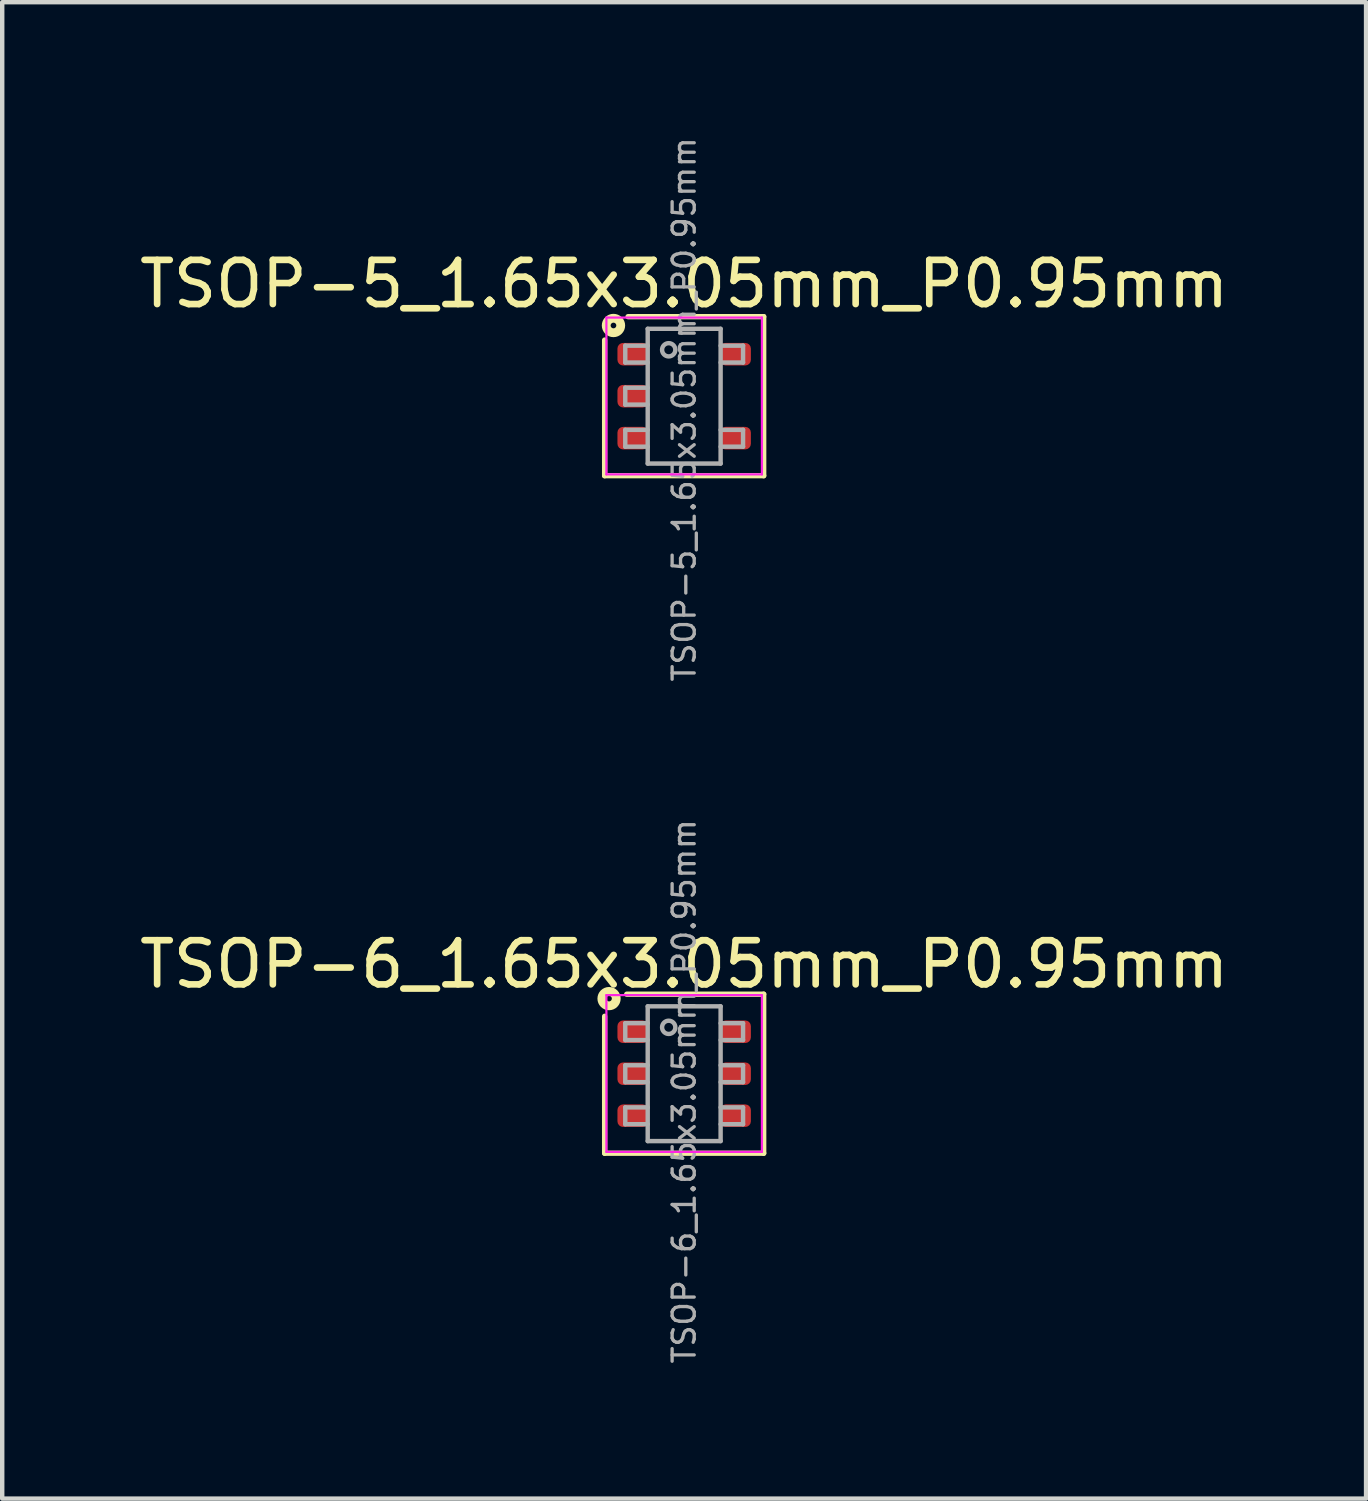
<source format=kicad_pcb>
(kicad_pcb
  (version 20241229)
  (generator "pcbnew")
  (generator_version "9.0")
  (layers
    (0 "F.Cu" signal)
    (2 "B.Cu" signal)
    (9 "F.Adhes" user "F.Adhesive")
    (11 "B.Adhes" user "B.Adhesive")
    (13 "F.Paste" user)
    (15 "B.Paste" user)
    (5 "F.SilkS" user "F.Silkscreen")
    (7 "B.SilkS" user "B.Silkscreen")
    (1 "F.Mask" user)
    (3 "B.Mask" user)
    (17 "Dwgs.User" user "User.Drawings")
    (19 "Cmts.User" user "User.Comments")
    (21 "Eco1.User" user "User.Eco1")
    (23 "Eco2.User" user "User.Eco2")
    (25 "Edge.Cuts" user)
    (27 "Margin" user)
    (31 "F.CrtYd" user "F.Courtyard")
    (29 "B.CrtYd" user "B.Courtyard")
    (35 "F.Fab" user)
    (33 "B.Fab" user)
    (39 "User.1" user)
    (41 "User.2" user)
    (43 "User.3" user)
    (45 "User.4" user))
  (footprint "TSOP-6_1.65x3.05mm_P0.95mm"
    (layer "F.Cu")
    (at 12.435 21.252)
    (property "Reference" "TSOP-6_1.65x3.05mm_P0.95mm" (at 0 -2.477 0) (layer "F.SilkS") (effects (font (size 1 1) (thickness 0.15))))
    (attr smd)
    (fp_line (start -1.8 -1.3) (end -1.8 1.8) (stroke (width 0.12) (type solid)) (layer "F.SilkS"))
    (fp_line (start -1.8 1.8) (end 1.8 1.8) (stroke (width 0.12) (type solid)) (layer "F.SilkS"))
    (fp_line (start 1.8 -1.8) (end -1.3 -1.8) (stroke (width 0.12) (type solid)) (layer "F.SilkS"))
    (fp_line (start 1.8 1.8) (end 1.8 -1.8) (stroke (width 0.12) (type solid)) (layer "F.SilkS"))
    (fp_circle (center -1.7 -1.7) (end -1.637 -1.7) (stroke (width 0.2) (type solid)) (fill no) (layer "F.SilkS"))
    (fp_line (start -1.76 -1.78) (end -1.76 1.77) (stroke (width 0.05) (type solid)) (layer "F.CrtYd"))
    (fp_line (start -1.76 -1.78) (end 1.76 -1.78) (stroke (width 0.05) (type solid)) (layer "F.CrtYd"))
    (fp_line (start 1.76 1.77) (end -1.76 1.77) (stroke (width 0.05) (type solid)) (layer "F.CrtYd"))
    (fp_line (start 1.76 1.77) (end 1.76 -1.78) (stroke (width 0.05) (type solid)) (layer "F.CrtYd"))
    (fp_line (start -1.333 -1.143) (end -1.333 -0.762) (stroke (width 0.1) (type solid)) (layer "F.Fab"))
    (fp_line (start -1.333 -0.762) (end -0.826 -0.762) (stroke (width 0.1) (type solid)) (layer "F.Fab"))
    (fp_line (start -1.333 -0.191) (end -1.333 0.191) (stroke (width 0.1) (type solid)) (layer "F.Fab"))
    (fp_line (start -1.333 0.191) (end -0.826 0.191) (stroke (width 0.1) (type solid)) (layer "F.Fab"))
    (fp_line (start -1.333 0.762) (end -1.333 1.143) (stroke (width 0.1) (type solid)) (layer "F.Fab"))
    (fp_line (start -1.333 1.143) (end -0.826 1.143) (stroke (width 0.1) (type solid)) (layer "F.Fab"))
    (fp_line (start -0.826 -1.143) (end -1.333 -1.143) (stroke (width 0.1) (type solid)) (layer "F.Fab"))
    (fp_line (start -0.826 -0.191) (end -1.333 -0.191) (stroke (width 0.1) (type solid)) (layer "F.Fab"))
    (fp_line (start -0.826 0.762) (end -1.333 0.762) (stroke (width 0.1) (type solid)) (layer "F.Fab"))
    (fp_line (start -0.825 -1.525) (end -0.825 1.525) (stroke (width 0.1) (type solid)) (layer "F.Fab"))
    (fp_line (start 0.825 -1.525) (end -0.825 -1.525) (stroke (width 0.1) (type solid)) (layer "F.Fab"))
    (fp_line (start 0.825 -1.525) (end 0.825 1.525) (stroke (width 0.1) (type solid)) (layer "F.Fab"))
    (fp_line (start 0.825 1.525) (end -0.825 1.525) (stroke (width 0.1) (type solid)) (layer "F.Fab"))
    (fp_line (start 0.826 -0.762) (end 1.333 -0.762) (stroke (width 0.1) (type solid)) (layer "F.Fab"))
    (fp_line (start 0.826 0.191) (end 1.333 0.191) (stroke (width 0.1) (type solid)) (layer "F.Fab"))
    (fp_line (start 0.826 1.143) (end 1.333 1.143) (stroke (width 0.1) (type solid)) (layer "F.Fab"))
    (fp_line (start 1.333 -1.143) (end 0.826 -1.143) (stroke (width 0.1) (type solid)) (layer "F.Fab"))
    (fp_line (start 1.333 -0.762) (end 1.333 -1.143) (stroke (width 0.1) (type solid)) (layer "F.Fab"))
    (fp_line (start 1.333 -0.191) (end 0.826 -0.191) (stroke (width 0.1) (type solid)) (layer "F.Fab"))
    (fp_line (start 1.333 0.191) (end 1.333 -0.191) (stroke (width 0.1) (type solid)) (layer "F.Fab"))
    (fp_line (start 1.333 0.762) (end 0.826 0.762) (stroke (width 0.1) (type solid)) (layer "F.Fab"))
    (fp_line (start 1.333 1.143) (end 1.333 0.762) (stroke (width 0.1) (type solid)) (layer "F.Fab"))
    (fp_circle (center -0.35 -1.05) (end -0.2 -1.05) (stroke (width 0.1) (type solid)) (fill no) (layer "F.Fab"))
    (fp_text user "${REFERENCE}" (at 0 0.4 90) (layer "F.Fab") (effects (font (size 0.5 0.5) (thickness 0.075))))
    (pad "1" smd roundrect (at -1.16 -0.95) (size 0.7 0.51) (layers "F.Cu" "F.Mask" "F.Paste") (roundrect_rratio 0.25))
    (pad "2" smd roundrect (at -1.16 0) (size 0.7 0.51) (layers "F.Cu" "F.Mask" "F.Paste") (roundrect_rratio 0.25))
    (pad "3" smd roundrect (at -1.16 0.95) (size 0.7 0.51) (layers "F.Cu" "F.Mask" "F.Paste") (roundrect_rratio 0.25))
    (pad "4" smd roundrect (at 1.16 0.95) (size 0.7 0.51) (layers "F.Cu" "F.Mask" "F.Paste") (roundrect_rratio 0.25))
    (pad "5" smd roundrect (at 1.16 0) (size 0.7 0.51) (layers "F.Cu" "F.Mask" "F.Paste") (roundrect_rratio 0.25))
    (pad "6" smd roundrect (at 1.16 -0.95) (size 0.7 0.51) (layers "F.Cu" "F.Mask" "F.Paste") (roundrect_rratio 0.25)))
  (footprint "TSOP-5_1.65x3.05mm_P0.95mm"
    (layer "F.Cu")
    (at 12.435 5.917)
    (property "Reference" "TSOP-5_1.65x3.05mm_P0.95mm" (at 0 -2.54 0) (layer "F.SilkS") (effects (font (size 1 1) (thickness 0.15))))
    (attr smd)
    (fp_line (start -1.8 -1.27) (end -1.8 1.8) (stroke (width 0.12) (type solid)) (layer "F.SilkS"))
    (fp_line (start -1.8 1.8) (end 1.8 1.8) (stroke (width 0.12) (type solid)) (layer "F.SilkS"))
    (fp_line (start 1.8 -1.8) (end -1.27 -1.8) (stroke (width 0.12) (type solid)) (layer "F.SilkS"))
    (fp_line (start 1.8 1.8) (end 1.8 -1.8) (stroke (width 0.12) (type solid)) (layer "F.SilkS"))
    (fp_circle (center -1.6 -1.6) (end -1.536 -1.6) (stroke (width 0.2) (type solid)) (fill no) (layer "F.SilkS"))
    (fp_line (start -1.76 -1.78) (end -1.76 1.77) (stroke (width 0.05) (type solid)) (layer "F.CrtYd"))
    (fp_line (start -1.76 -1.78) (end 1.76 -1.78) (stroke (width 0.05) (type solid)) (layer "F.CrtYd"))
    (fp_line (start 1.76 1.77) (end -1.76 1.77) (stroke (width 0.05) (type solid)) (layer "F.CrtYd"))
    (fp_line (start 1.76 1.77) (end 1.76 -1.78) (stroke (width 0.05) (type solid)) (layer "F.CrtYd"))
    (fp_line (start -1.333 -1.143) (end -1.333 -0.762) (stroke (width 0.1) (type solid)) (layer "F.Fab"))
    (fp_line (start -1.333 -0.762) (end -0.826 -0.762) (stroke (width 0.1) (type solid)) (layer "F.Fab"))
    (fp_line (start -1.333 -0.191) (end -1.333 0.191) (stroke (width 0.1) (type solid)) (layer "F.Fab"))
    (fp_line (start -1.333 0.191) (end -0.826 0.191) (stroke (width 0.1) (type solid)) (layer "F.Fab"))
    (fp_line (start -1.333 0.762) (end -1.333 1.143) (stroke (width 0.1) (type solid)) (layer "F.Fab"))
    (fp_line (start -1.333 1.143) (end -0.826 1.143) (stroke (width 0.1) (type solid)) (layer "F.Fab"))
    (fp_line (start -0.826 -1.143) (end -1.333 -1.143) (stroke (width 0.1) (type solid)) (layer "F.Fab"))
    (fp_line (start -0.826 -0.191) (end -1.333 -0.191) (stroke (width 0.1) (type solid)) (layer "F.Fab"))
    (fp_line (start -0.826 0.762) (end -1.333 0.762) (stroke (width 0.1) (type solid)) (layer "F.Fab"))
    (fp_line (start -0.825 -1.525) (end -0.825 1.525) (stroke (width 0.1) (type solid)) (layer "F.Fab"))
    (fp_line (start 0.825 -1.525) (end -0.825 -1.525) (stroke (width 0.1) (type solid)) (layer "F.Fab"))
    (fp_line (start 0.825 -1.525) (end 0.825 1.525) (stroke (width 0.1) (type solid)) (layer "F.Fab"))
    (fp_line (start 0.825 1.525) (end -0.825 1.525) (stroke (width 0.1) (type solid)) (layer "F.Fab"))
    (fp_line (start 0.826 -0.762) (end 1.333 -0.762) (stroke (width 0.1) (type solid)) (layer "F.Fab"))
    (fp_line (start 0.826 1.143) (end 1.333 1.143) (stroke (width 0.1) (type solid)) (layer "F.Fab"))
    (fp_line (start 1.333 -1.143) (end 0.826 -1.143) (stroke (width 0.1) (type solid)) (layer "F.Fab"))
    (fp_line (start 1.333 -0.762) (end 1.333 -1.143) (stroke (width 0.1) (type solid)) (layer "F.Fab"))
    (fp_line (start 1.333 0.762) (end 0.826 0.762) (stroke (width 0.1) (type solid)) (layer "F.Fab"))
    (fp_line (start 1.333 1.143) (end 1.333 0.762) (stroke (width 0.1) (type solid)) (layer "F.Fab"))
    (fp_circle (center -0.35 -1.05) (end -0.2 -1.05) (stroke (width 0.1) (type solid)) (fill no) (layer "F.Fab"))
    (fp_text user "${REFERENCE}" (at 0 0.3 90) (layer "F.Fab") (effects (font (size 0.5 0.5) (thickness 0.075))))
    (pad "1" smd roundrect (at -1.16 -0.95) (size 0.7 0.51) (layers "F.Cu" "F.Mask" "F.Paste") (roundrect_rratio 0.25))
    (pad "2" smd roundrect (at -1.16 0) (size 0.7 0.51) (layers "F.Cu" "F.Mask" "F.Paste") (roundrect_rratio 0.25))
    (pad "3" smd roundrect (at -1.16 0.95) (size 0.7 0.51) (layers "F.Cu" "F.Mask" "F.Paste") (roundrect_rratio 0.25))
    (pad "4" smd roundrect (at 1.16 0.95) (size 0.7 0.51) (layers "F.Cu" "F.Mask" "F.Paste") (roundrect_rratio 0.25))
    (pad "5" smd roundrect (at 1.16 -0.95) (size 0.7 0.51) (layers "F.Cu" "F.Mask" "F.Paste") (roundrect_rratio 0.25)))
  (gr_rect
    (start -3 -3)
    (end 27.869 30.869)
    (stroke (width 0.1) (type default))
    (fill no)
    (layer "Edge.Cuts")))
</source>
